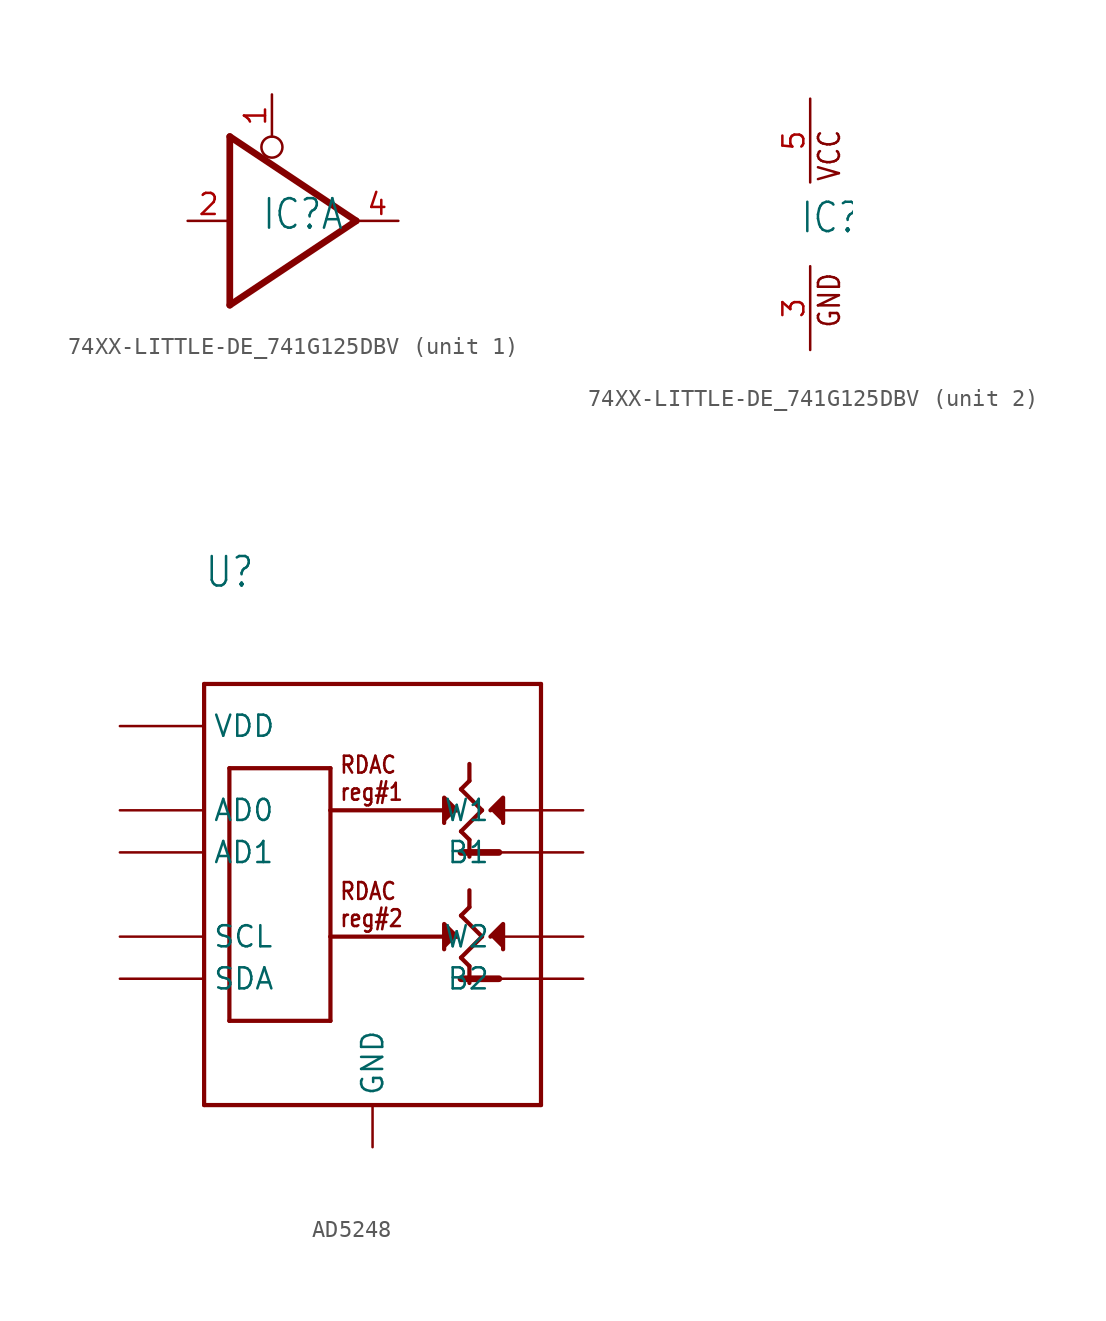
<source format=kicad_sym>
(kicad_symbol_lib
  (version 20220914)
  (generator kicad_symbol_editor)
  (symbol "74XX-LITTLE-DE_741G125DBV"
    (property "Reference" "IC"
      (at -0.635 -0.635 0)
      (effects (font (size 1.778 1.511)) (justify left bottom)))
    (property "ki_locked" ""
      (at 0 0 0)
      (effects (font (size 1.27 1.27))))
    (symbol "74XX-LITTLE-DE_741G125DBV_1_0"
      (polyline (pts (xy -2.54 -5.08) (xy -2.54 5.08)) (stroke (width 0.406) (type solid)) (fill (type none)))
      (polyline (pts (xy 5.08 0) (xy -2.54 -5.08)) (stroke (width 0.406) (type solid)) (fill (type none)))
      (polyline (pts (xy 5.08 0) (xy -2.54 5.08)) (stroke (width 0.406) (type solid)) (fill (type none)))
      (circle (center 0 4.445) (radius 0.635) (stroke (width 0.152) (type solid)) (fill (type none)))
      (pin input line (at 0 7.62 270) (length 2.54) (name "OE" (effects (font (size 0 0)))) (number "1" (effects (font (size 1.27 1.27)))))
      (pin input line (at -5.08 0 0) (length 2.54) (name "I" (effects (font (size 0 0)))) (number "2" (effects (font (size 1.27 1.27)))))
      (pin tri_state line (at 7.62 0 180) (length 2.54) (name "O" (effects (font (size 0 0)))) (number "4" (effects (font (size 1.27 1.27))))))
    (symbol "74XX-LITTLE-DE_741G125DBV_2_0"
      (text "GND" (at 1.905 -6.35 900) (effects (font (size 1.27 1.079)) (justify left bottom)))
      (text "VCC" (at 1.905 2.54 900) (effects (font (size 1.27 1.079)) (justify left bottom)))
      (pin power_in line (at 0 -7.62 90) (length 5.08) (name "GND" (effects (font (size 0 0)))) (number "3" (effects (font (size 1.27 1.27)))))
      (pin power_in line (at 0 7.62 270) (length 5.08) (name "VCC" (effects (font (size 0 0)))) (number "5" (effects (font (size 1.27 1.27)))))))
  (symbol "AD5248"
    (property "Reference" "U"
      (at -10.16 15.875 0)
      (effects (font (size 1.778 1.511)) (justify left bottom)))
    (property "Value" ""
      (at -10.16 12.7 0)
      (effects (font (size 1.778 1.511)) (justify left bottom)))
    (symbol "AD5248_1_0"
      (polyline (pts (xy -10.16 -15.24) (xy -10.16 10.16)) (stroke (width 0.254) (type solid)) (fill (type none)))
      (polyline (pts (xy -10.16 10.16) (xy 10.16 10.16)) (stroke (width 0.254) (type solid)) (fill (type none)))
      (polyline (pts (xy -8.636 -10.16) (xy -8.636 5.08)) (stroke (width 0.254) (type solid)) (fill (type none)))
      (polyline (pts (xy -8.636 5.08) (xy -2.54 5.08)) (stroke (width 0.254) (type solid)) (fill (type none)))
      (polyline (pts (xy -2.54 -10.16) (xy -8.636 -10.16)) (stroke (width 0.254) (type solid)) (fill (type none)))
      (polyline (pts (xy -2.54 -5.08) (xy -2.54 -10.16)) (stroke (width 0.254) (type solid)) (fill (type none)))
      (polyline (pts (xy -2.54 2.54) (xy -2.54 -5.08)) (stroke (width 0.254) (type solid)) (fill (type none)))
      (polyline (pts (xy -2.54 5.08) (xy -2.54 2.54)) (stroke (width 0.254) (type solid)) (fill (type none)))
      (polyline (pts (xy 5.08 -5.08) (xy -2.54 -5.08)) (stroke (width 0.254) (type solid)) (fill (type none)))
      (polyline (pts (xy 5.08 2.54) (xy -2.54 2.54)) (stroke (width 0.254) (type solid)) (fill (type none)))
      (polyline (pts (xy 5.334 -6.35) (xy 5.842 -6.858)) (stroke (width 0.254) (type solid)) (fill (type none)))
      (polyline (pts (xy 5.334 -3.81) (xy 5.842 -3.302)) (stroke (width 0.254) (type solid)) (fill (type none)))
      (polyline (pts (xy 5.334 -3.81) (xy 6.604 -5.08)) (stroke (width 0.254) (type solid)) (fill (type none)))
      (polyline (pts (xy 5.334 1.27) (xy 5.842 0.762)) (stroke (width 0.254) (type solid)) (fill (type none)))
      (polyline (pts (xy 5.334 3.81) (xy 5.842 4.318)) (stroke (width 0.254) (type solid)) (fill (type none)))
      (polyline (pts (xy 5.334 3.81) (xy 6.604 2.54)) (stroke (width 0.254) (type solid)) (fill (type none)))
      (polyline (pts (xy 5.842 -6.858) (xy 5.842 -7.874)) (stroke (width 0.254) (type solid)) (fill (type none)))
      (polyline (pts (xy 5.842 -3.302) (xy 5.842 -2.286)) (stroke (width 0.254) (type solid)) (fill (type none)))
      (polyline (pts (xy 5.842 0.762) (xy 5.842 -0.254)) (stroke (width 0.254) (type solid)) (fill (type none)))
      (polyline (pts (xy 5.842 4.318) (xy 5.842 5.334)) (stroke (width 0.254) (type solid)) (fill (type none)))
      (polyline (pts (xy 6.604 -5.08) (xy 5.334 -6.35)) (stroke (width 0.254) (type solid)) (fill (type none)))
      (polyline (pts (xy 6.604 2.54) (xy 5.334 1.27)) (stroke (width 0.254) (type solid)) (fill (type none)))
      (polyline (pts (xy 7.62 -7.62) (xy 5.334 -7.62)) (stroke (width 0.406) (type solid)) (fill (type none)))
      (polyline (pts (xy 7.62 0) (xy 5.334 0)) (stroke (width 0.406) (type solid)) (fill (type none)))
      (polyline (pts (xy 10.16 -15.24) (xy -10.16 -15.24)) (stroke (width 0.254) (type solid)) (fill (type none)))
      (polyline (pts (xy 10.16 10.16) (xy 10.16 -15.24)) (stroke (width 0.254) (type solid)) (fill (type none)))
      (polyline (pts (xy 5.08 -5.08) (xy 4.318 -4.318) (xy 4.318 -5.842)) (stroke (width 0.254) (type solid)) (fill (type outline)))
      (polyline (pts (xy 5.08 2.54) (xy 4.318 3.302) (xy 4.318 1.778)) (stroke (width 0.254) (type solid)) (fill (type outline)))
      (polyline (pts (xy 7.112 -5.08) (xy 7.874 -4.318) (xy 7.874 -5.842)) (stroke (width 0.254) (type solid)) (fill (type outline)))
      (polyline (pts (xy 7.112 2.54) (xy 7.874 3.302) (xy 7.874 1.778)) (stroke (width 0.254) (type solid)) (fill (type outline)))
      (text "RDAC\nreg#1" (at -2.032 3.048 0) (effects (font (size 1.016 0.864)) (justify left bottom)))
      (text "RDAC\nreg#2" (at -2.032 -4.572 0) (effects (font (size 1.016 0.864)) (justify left bottom)))
      (pin bidirectional line (at 12.7 0 180) (length 5.08) (name "B1" (effects (font (size 1.27 1.27)))) (number "1" (effects (font (size 0 0)))))
      (pin bidirectional line (at 12.7 2.54 180) (length 5.08) (name "W1" (effects (font (size 1.27 1.27)))) (number "10" (effects (font (size 0 0)))))
      (pin bidirectional line (at -15.24 2.54 0) (length 5.08) (name "AD0" (effects (font (size 1.27 1.27)))) (number "2" (effects (font (size 0 0)))))
      (pin bidirectional line (at 12.7 -5.08 180) (length 5.08) (name "W2" (effects (font (size 1.27 1.27)))) (number "3" (effects (font (size 0 0)))))
      (pin bidirectional line (at 0 -17.78 90) (length 2.54) (name "GND" (effects (font (size 1.27 1.27)))) (number "4" (effects (font (size 0 0)))))
      (pin bidirectional line (at -15.24 7.62 0) (length 5.08) (name "VDD" (effects (font (size 1.27 1.27)))) (number "5" (effects (font (size 0 0)))))
      (pin bidirectional line (at -15.24 -5.08 0) (length 5.08) (name "SCL" (effects (font (size 1.27 1.27)))) (number "6" (effects (font (size 0 0)))))
      (pin bidirectional line (at -15.24 -7.62 0) (length 5.08) (name "SDA" (effects (font (size 1.27 1.27)))) (number "7" (effects (font (size 0 0)))))
      (pin bidirectional line (at -15.24 0 0) (length 5.08) (name "AD1" (effects (font (size 1.27 1.27)))) (number "8" (effects (font (size 0 0)))))
      (pin bidirectional line (at 12.7 -7.62 180) (length 5.08) (name "B2" (effects (font (size 1.27 1.27)))) (number "9" (effects (font (size 0 0))))))))
</source>
